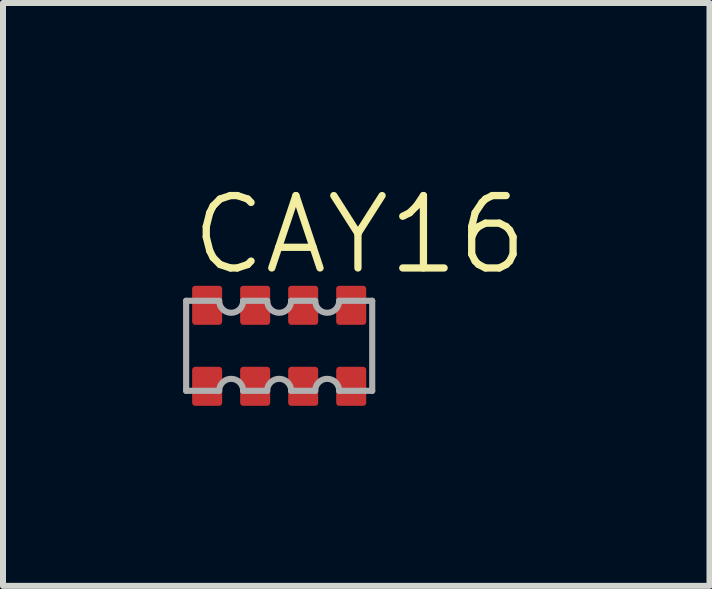
<source format=kicad_pcb>
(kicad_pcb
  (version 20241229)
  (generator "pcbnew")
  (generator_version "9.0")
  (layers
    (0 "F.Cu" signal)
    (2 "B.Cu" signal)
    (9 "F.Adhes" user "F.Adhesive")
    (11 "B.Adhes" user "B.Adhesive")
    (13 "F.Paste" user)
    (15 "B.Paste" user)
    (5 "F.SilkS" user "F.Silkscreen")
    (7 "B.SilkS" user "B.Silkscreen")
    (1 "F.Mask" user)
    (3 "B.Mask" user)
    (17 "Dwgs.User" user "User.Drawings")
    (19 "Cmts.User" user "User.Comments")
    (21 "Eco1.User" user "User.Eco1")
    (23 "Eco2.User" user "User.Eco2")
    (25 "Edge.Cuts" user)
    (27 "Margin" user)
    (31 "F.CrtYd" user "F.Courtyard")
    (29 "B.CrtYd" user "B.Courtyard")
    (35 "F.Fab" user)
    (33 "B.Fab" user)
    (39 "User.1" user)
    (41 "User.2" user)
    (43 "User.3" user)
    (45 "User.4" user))
  (footprint "CAY16"
    (layer "F.Cu")
    (at 1.601 2.711)
    (property "Reference" "CAY16" (at -1.524 -1.143 0) (layer "F.SilkS") (effects (font (size 1.206 1.206) (thickness 0.121)) (justify left bottom)))
    (attr through_hole)
    (fp_line (start -1.55 -0.75) (end -1 -0.75) (stroke (width 0.102) (type solid)) (layer "F.Fab"))
    (fp_line (start -1.55 0.75) (end -1.55 -0.75) (stroke (width 0.102) (type solid)) (layer "F.Fab"))
    (fp_line (start -1 0.75) (end -1.55 0.75) (stroke (width 0.102) (type solid)) (layer "F.Fab"))
    (fp_line (start -0.6 -0.75) (end -0.2 -0.75) (stroke (width 0.102) (type solid)) (layer "F.Fab"))
    (fp_line (start -0.2 0.75) (end -0.6 0.75) (stroke (width 0.102) (type solid)) (layer "F.Fab"))
    (fp_line (start 0.2 -0.75) (end 0.6 -0.75) (stroke (width 0.102) (type solid)) (layer "F.Fab"))
    (fp_line (start 0.6 0.75) (end 0.2 0.75) (stroke (width 0.102) (type solid)) (layer "F.Fab"))
    (fp_line (start 1 -0.75) (end 1.55 -0.75) (stroke (width 0.102) (type solid)) (layer "F.Fab"))
    (fp_line (start 1.55 -0.75) (end 1.55 0.75) (stroke (width 0.102) (type solid)) (layer "F.Fab"))
    (fp_line (start 1.55 0.75) (end 1 0.75) (stroke (width 0.102) (type solid)) (layer "F.Fab"))
    (fp_arc (start -1 0.75) (mid -0.8 0.55) (end -0.6 0.75) (stroke (width 0.1016) (type solid)) (layer "F.Fab"))
    (fp_arc (start -0.6 -0.75) (mid -0.8 -0.55) (end -1 -0.75) (stroke (width 0.1016) (type solid)) (layer "F.Fab"))
    (fp_arc (start -0.2 0.75) (mid 0 0.55) (end 0.2 0.75) (stroke (width 0.1016) (type solid)) (layer "F.Fab"))
    (fp_arc (start 0.2 -0.75) (mid 0 -0.55) (end -0.2 -0.75) (stroke (width 0.1016) (type solid)) (layer "F.Fab"))
    (fp_arc (start 0.6 0.75) (mid 0.8 0.55) (end 1 0.75) (stroke (width 0.1016) (type solid)) (layer "F.Fab"))
    (fp_arc (start 1 -0.75) (mid 0.8 -0.55) (end 0.6 -0.75) (stroke (width 0.1016) (type solid)) (layer "F.Fab"))
    (pad "1" smd roundrect (at -1.2 0.675) (size 0.5 0.65) (layers "F.Cu" "F.Mask" "F.Paste") (roundrect_rratio 0.102))
    (pad "2" smd roundrect (at -0.4 0.675) (size 0.5 0.65) (layers "F.Cu" "F.Mask" "F.Paste") (roundrect_rratio 0.102))
    (pad "3" smd roundrect (at 0.4 0.675) (size 0.5 0.65) (layers "F.Cu" "F.Mask" "F.Paste") (roundrect_rratio 0.102))
    (pad "4" smd roundrect (at 1.2 0.675) (size 0.5 0.65) (layers "F.Cu" "F.Mask" "F.Paste") (roundrect_rratio 0.102))
    (pad "5" smd roundrect (at 1.2 -0.675) (size 0.5 0.65) (layers "F.Cu" "F.Mask" "F.Paste") (roundrect_rratio 0.102))
    (pad "6" smd roundrect (at 0.4 -0.675) (size 0.5 0.65) (layers "F.Cu" "F.Mask" "F.Paste") (roundrect_rratio 0.102))
    (pad "7" smd roundrect (at -0.4 -0.675) (size 0.5 0.65) (layers "F.Cu" "F.Mask" "F.Paste") (roundrect_rratio 0.102))
    (pad "8" smd roundrect (at -1.2 -0.675) (size 0.5 0.65) (layers "F.Cu" "F.Mask" "F.Paste") (roundrect_rratio 0.102)))
  (gr_rect
    (start -3 -3)
    (end 8.77 6.711)
    (stroke (width 0.1) (type default))
    (fill no)
    (layer "Edge.Cuts")))
</source>
